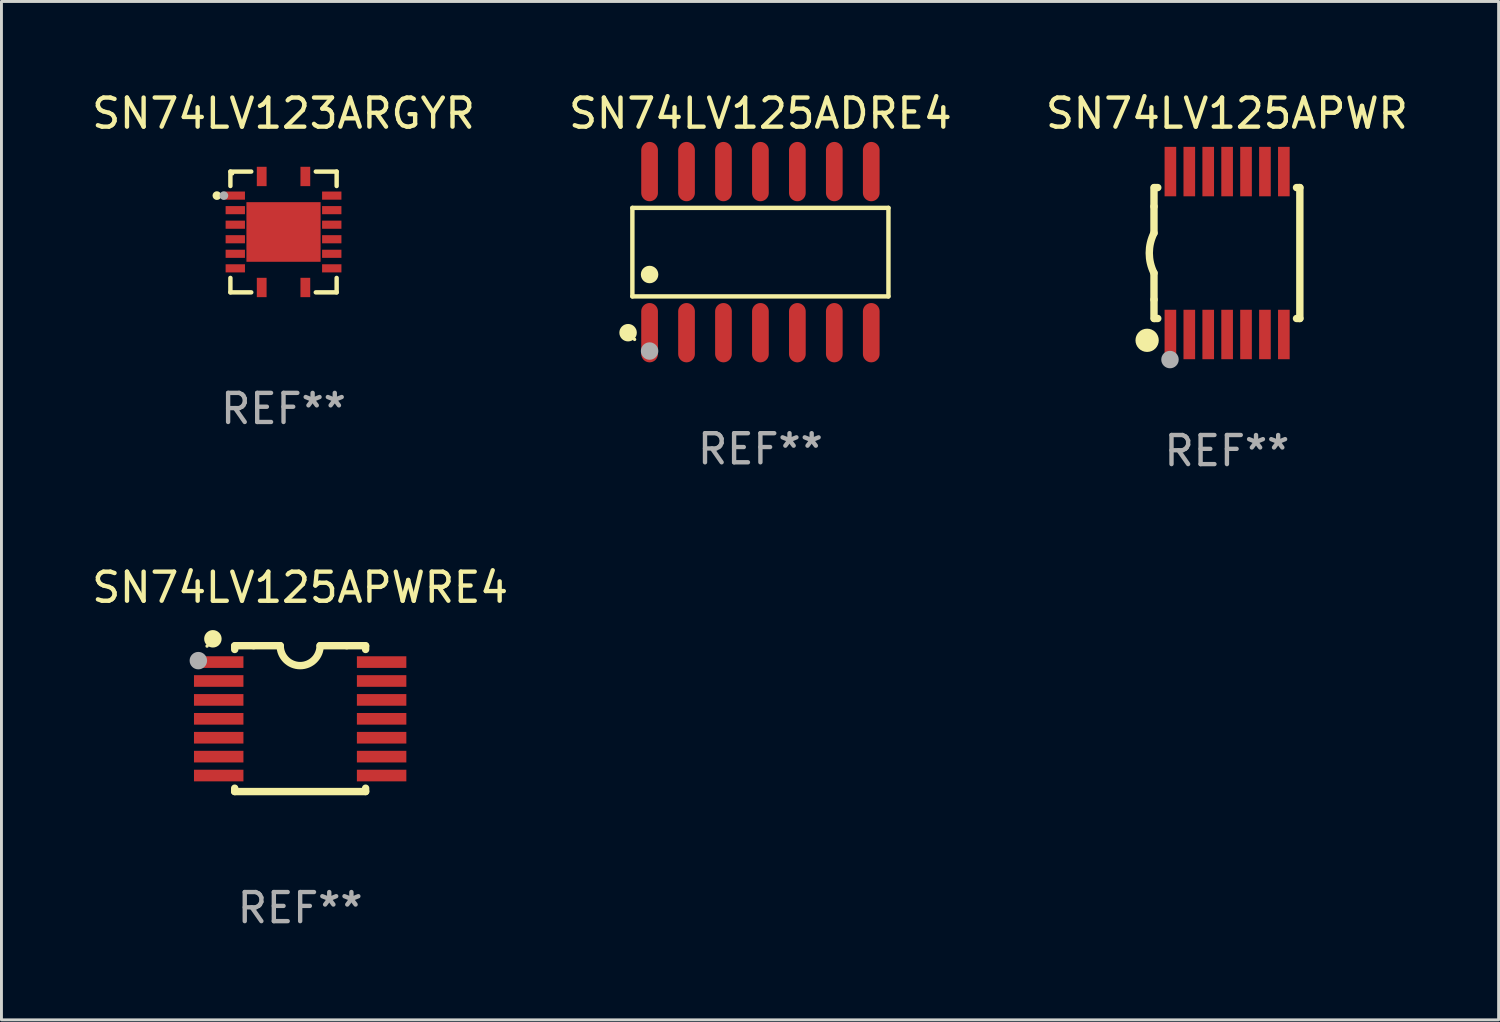
<source format=kicad_pcb>
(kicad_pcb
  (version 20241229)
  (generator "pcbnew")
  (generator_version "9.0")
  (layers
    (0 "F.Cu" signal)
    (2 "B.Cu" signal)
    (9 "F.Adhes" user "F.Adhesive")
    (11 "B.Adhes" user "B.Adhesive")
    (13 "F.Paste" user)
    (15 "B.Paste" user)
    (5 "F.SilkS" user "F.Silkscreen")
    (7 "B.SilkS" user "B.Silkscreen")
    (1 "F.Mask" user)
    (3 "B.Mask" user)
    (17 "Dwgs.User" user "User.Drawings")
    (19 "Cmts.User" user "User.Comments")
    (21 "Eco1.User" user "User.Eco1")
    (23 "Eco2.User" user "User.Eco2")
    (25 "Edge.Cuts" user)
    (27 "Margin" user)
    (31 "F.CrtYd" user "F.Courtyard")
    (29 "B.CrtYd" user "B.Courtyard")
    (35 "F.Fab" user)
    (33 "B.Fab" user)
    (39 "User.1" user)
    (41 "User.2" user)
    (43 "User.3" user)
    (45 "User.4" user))
  (footprint "SN74LV125APWRE4"
    (layer "F.Cu")
    (at 7.268 21.652)
    (property "Reference" "SN74LV125APWRE4" (at 0 -4.507 0) (layer "F.SilkS") (effects (font (size 1 1) (thickness 0.15))))
    (attr through_hole)
    (fp_line (start -2.25 -2.377) (end -2.25 -2.493) (stroke (width 0.254) (type solid)) (layer "F.SilkS"))
    (fp_line (start -2.25 2.507) (end -2.25 2.392) (stroke (width 0.254) (type solid)) (layer "F.SilkS"))
    (fp_line (start -1.6 -2.507) (end -2.25 -2.507) (stroke (width 0.254) (type solid)) (layer "F.SilkS"))
    (fp_line (start -1.6 -2.507) (end -0.686 -2.507) (stroke (width 0.254) (type solid)) (layer "F.SilkS"))
    (fp_line (start 0.686 -2.507) (end 1.6 -2.507) (stroke (width 0.254) (type solid)) (layer "F.SilkS"))
    (fp_line (start 1.6 -2.507) (end 2.25 -2.507) (stroke (width 0.254) (type solid)) (layer "F.SilkS"))
    (fp_line (start 2.25 -2.493) (end 2.25 -2.377) (stroke (width 0.254) (type solid)) (layer "F.SilkS"))
    (fp_line (start 2.25 2.392) (end 2.25 2.507) (stroke (width 0.254) (type solid)) (layer "F.SilkS"))
    (fp_line (start 2.25 2.507) (end -2.25 2.507) (stroke (width 0.254) (type solid)) (layer "F.SilkS"))
    (fp_arc (start 0.685852 -2.507303) (mid 0.000051 -1.821502) (end -0.68575 -2.507303) (stroke (width 0.254001) (type solid)) (layer "F.SilkS"))
    (fp_circle (center -3.2 -2.493) (end -3.17 -2.493) (stroke (width 0.06) (type solid)) (fill no) (layer "F.SilkS"))
    (fp_circle (center -3 -2.743) (end -2.85 -2.743) (stroke (width 0.3) (type solid)) (fill no) (layer "F.SilkS"))
    (fp_circle (center -3.5 -1.993) (end -3.35 -1.993) (stroke (width 0.3) (type solid)) (fill no) (layer "F.Fab"))
    (fp_text user "REF**" (at 0 6.507 0) (layer "F.Fab") (effects (font (size 1 1) (thickness 0.15))))
    (pad "1" smd rect (at -2.8 -1.943) (size 1.7 0.4) (layers "F.Cu" "F.Mask" "F.Paste"))
    (pad "2" smd rect (at -2.8 -1.293) (size 1.7 0.4) (layers "F.Cu" "F.Mask" "F.Paste"))
    (pad "3" smd rect (at -2.8 -0.643) (size 1.7 0.4) (layers "F.Cu" "F.Mask" "F.Paste"))
    (pad "4" smd rect (at -2.8 0.007) (size 1.7 0.4) (layers "F.Cu" "F.Mask" "F.Paste"))
    (pad "5" smd rect (at -2.8 0.657) (size 1.7 0.4) (layers "F.Cu" "F.Mask" "F.Paste"))
    (pad "6" smd rect (at -2.8 1.307) (size 1.7 0.4) (layers "F.Cu" "F.Mask" "F.Paste"))
    (pad "7" smd rect (at -2.8 1.957) (size 1.7 0.4) (layers "F.Cu" "F.Mask" "F.Paste"))
    (pad "8" smd rect (at 2.8 1.957) (size 1.7 0.4) (layers "F.Cu" "F.Mask" "F.Paste"))
    (pad "9" smd rect (at 2.8 1.307) (size 1.7 0.4) (layers "F.Cu" "F.Mask" "F.Paste"))
    (pad "10" smd rect (at 2.8 0.657) (size 1.7 0.4) (layers "F.Cu" "F.Mask" "F.Paste"))
    (pad "11" smd rect (at 2.8 0.007) (size 1.7 0.4) (layers "F.Cu" "F.Mask" "F.Paste"))
    (pad "12" smd rect (at 2.8 -0.643) (size 1.7 0.4) (layers "F.Cu" "F.Mask" "F.Paste"))
    (pad "13" smd rect (at 2.8 -1.293) (size 1.7 0.4) (layers "F.Cu" "F.Mask" "F.Paste"))
    (pad "14" smd rect (at 2.8 -1.943) (size 1.7 0.4) (layers "F.Cu" "F.Mask" "F.Paste")))
  (footprint "SN74LV125ADRE4"
    (layer "F.Cu")
    (at 23.089 5.617)
    (property "Reference" "SN74LV125ADRE4" (at 0 -4.769 0) (layer "F.SilkS") (effects (font (size 1 1) (thickness 0.15))))
    (attr through_hole)
    (fp_line (start -4.401 -1.521) (end 4.401 -1.521) (stroke (width 0.152) (type solid)) (layer "F.SilkS"))
    (fp_line (start -4.401 1.521) (end -4.401 -1.521) (stroke (width 0.152) (type solid)) (layer "F.SilkS"))
    (fp_line (start 4.401 -1.521) (end 4.401 1.521) (stroke (width 0.152) (type solid)) (layer "F.SilkS"))
    (fp_line (start 4.401 1.521) (end -4.401 1.521) (stroke (width 0.152) (type solid)) (layer "F.SilkS"))
    (fp_circle (center -4.549 2.769) (end -4.399 2.769) (stroke (width 0.3) (type solid)) (fill no) (layer "F.SilkS"))
    (fp_circle (center -4.325 3) (end -4.295 3) (stroke (width 0.06) (type solid)) (fill no) (layer "F.SilkS"))
    (fp_circle (center -3.81 0.769) (end -3.66 0.769) (stroke (width 0.3) (type solid)) (fill no) (layer "F.SilkS"))
    (fp_circle (center -3.81 3.4) (end -3.66 3.4) (stroke (width 0.3) (type solid)) (fill no) (layer "F.Fab"))
    (fp_text user "REF**" (at 0 6.769 0) (layer "F.Fab") (effects (font (size 1 1) (thickness 0.15))))
    (pad "1" smd oval (at -3.81 2.769) (size 0.574 2.038) (layers "F.Cu" "F.Mask" "F.Paste"))
    (pad "2" smd oval (at -2.54 2.769) (size 0.574 2.038) (layers "F.Cu" "F.Mask" "F.Paste"))
    (pad "3" smd oval (at -1.27 2.769) (size 0.574 2.038) (layers "F.Cu" "F.Mask" "F.Paste"))
    (pad "4" smd oval (at 0 2.769) (size 0.574 2.038) (layers "F.Cu" "F.Mask" "F.Paste"))
    (pad "5" smd oval (at 1.27 2.769) (size 0.574 2.038) (layers "F.Cu" "F.Mask" "F.Paste"))
    (pad "6" smd oval (at 2.54 2.769) (size 0.574 2.038) (layers "F.Cu" "F.Mask" "F.Paste"))
    (pad "7" smd oval (at 3.81 2.769) (size 0.574 2.038) (layers "F.Cu" "F.Mask" "F.Paste"))
    (pad "8" smd oval (at 3.81 -2.769) (size 0.574 2.038) (layers "F.Cu" "F.Mask" "F.Paste"))
    (pad "9" smd oval (at 2.54 -2.769) (size 0.574 2.038) (layers "F.Cu" "F.Mask" "F.Paste"))
    (pad "10" smd oval (at 1.27 -2.769) (size 0.574 2.038) (layers "F.Cu" "F.Mask" "F.Paste"))
    (pad "11" smd oval (at 0 -2.769) (size 0.574 2.038) (layers "F.Cu" "F.Mask" "F.Paste"))
    (pad "12" smd oval (at -1.27 -2.769) (size 0.574 2.038) (layers "F.Cu" "F.Mask" "F.Paste"))
    (pad "13" smd oval (at -2.54 -2.769) (size 0.574 2.038) (layers "F.Cu" "F.Mask" "F.Paste"))
    (pad "14" smd oval (at -3.81 -2.769) (size 0.574 2.038) (layers "F.Cu" "F.Mask" "F.Paste")))
  (footprint "SN74LV125APWR"
    (layer "F.Cu")
    (at 39.125 5.648)
    (property "Reference" "SN74LV125APWR" (at 0 -4.8 0) (layer "F.SilkS") (effects (font (size 1 1) (thickness 0.15))))
    (attr through_hole)
    (fp_line (start -2.507 -1.6) (end -2.507 -2.25) (stroke (width 0.254) (type solid)) (layer "F.SilkS"))
    (fp_line (start -2.507 -0.686) (end -2.507 -1.6) (stroke (width 0.254) (type solid)) (layer "F.SilkS"))
    (fp_line (start -2.507 1.6) (end -2.507 0.686) (stroke (width 0.254) (type solid)) (layer "F.SilkS"))
    (fp_line (start -2.507 1.6) (end -2.507 2.25) (stroke (width 0.254) (type solid)) (layer "F.SilkS"))
    (fp_line (start -2.493 -2.25) (end -2.377 -2.25) (stroke (width 0.254) (type solid)) (layer "F.SilkS"))
    (fp_line (start -2.377 2.25) (end -2.493 2.25) (stroke (width 0.254) (type solid)) (layer "F.SilkS"))
    (fp_line (start 2.392 -2.25) (end 2.507 -2.25) (stroke (width 0.254) (type solid)) (layer "F.SilkS"))
    (fp_line (start 2.507 -2.25) (end 2.507 2.25) (stroke (width 0.254) (type solid)) (layer "F.SilkS"))
    (fp_line (start 2.507 2.25) (end 2.392 2.25) (stroke (width 0.254) (type solid)) (layer "F.SilkS"))
    (fp_arc (start -2.507303 0.685802) (mid -2.669199 0) (end -2.507303 -0.685801) (stroke (width 0.254001) (type solid)) (layer "F.SilkS"))
    (fp_circle (center -2.743 3) (end -2.543 3) (stroke (width 0.4) (type solid)) (fill no) (layer "F.SilkS"))
    (fp_circle (center -2.493 3.2) (end -2.463 3.2) (stroke (width 0.06) (type solid)) (fill no) (layer "F.SilkS"))
    (fp_circle (center -1.957 3.662) (end -1.807 3.662) (stroke (width 0.3) (type solid)) (fill no) (layer "F.Fab"))
    (fp_text user "REF**" (at 0 6.8 0) (layer "F.Fab") (effects (font (size 1 1) (thickness 0.15))))
    (pad "1" smd rect (at -1.943 2.8) (size 0.4 1.7) (layers "F.Cu" "F.Mask" "F.Paste"))
    (pad "2" smd rect (at -1.293 2.8) (size 0.4 1.7) (layers "F.Cu" "F.Mask" "F.Paste"))
    (pad "3" smd rect (at -0.643 2.8) (size 0.4 1.7) (layers "F.Cu" "F.Mask" "F.Paste"))
    (pad "4" smd rect (at 0.007 2.8) (size 0.4 1.7) (layers "F.Cu" "F.Mask" "F.Paste"))
    (pad "5" smd rect (at 0.657 2.8) (size 0.4 1.7) (layers "F.Cu" "F.Mask" "F.Paste"))
    (pad "6" smd rect (at 1.307 2.8) (size 0.4 1.7) (layers "F.Cu" "F.Mask" "F.Paste"))
    (pad "7" smd rect (at 1.957 2.8) (size 0.4 1.7) (layers "F.Cu" "F.Mask" "F.Paste"))
    (pad "8" smd rect (at 1.957 -2.8) (size 0.4 1.7) (layers "F.Cu" "F.Mask" "F.Paste"))
    (pad "9" smd rect (at 1.307 -2.8) (size 0.4 1.7) (layers "F.Cu" "F.Mask" "F.Paste"))
    (pad "10" smd rect (at 0.657 -2.8) (size 0.4 1.7) (layers "F.Cu" "F.Mask" "F.Paste"))
    (pad "11" smd rect (at 0.007 -2.8) (size 0.4 1.7) (layers "F.Cu" "F.Mask" "F.Paste"))
    (pad "12" smd rect (at -0.643 -2.8) (size 0.4 1.7) (layers "F.Cu" "F.Mask" "F.Paste"))
    (pad "13" smd rect (at -1.293 -2.8) (size 0.4 1.7) (layers "F.Cu" "F.Mask" "F.Paste"))
    (pad "14" smd rect (at -1.943 -2.8) (size 0.4 1.7) (layers "F.Cu" "F.Mask" "F.Paste")))
  (footprint "SN74LV123ARGYR"
    (layer "F.Cu")
    (at 6.696 4.924)
    (property "Reference" "SN74LV123ARGYR" (at 0 -4.076 0) (layer "F.SilkS") (effects (font (size 1 1) (thickness 0.15))))
    (attr through_hole)
    (fp_line (start -1.826 -2.076) (end -1.826 -1.58) (stroke (width 0.152) (type solid)) (layer "F.SilkS"))
    (fp_line (start -1.826 2.076) (end -1.826 1.58) (stroke (width 0.152) (type solid)) (layer "F.SilkS"))
    (fp_line (start -1.109 -2.076) (end -1.826 -2.076) (stroke (width 0.152) (type solid)) (layer "F.SilkS"))
    (fp_line (start -1.109 2.076) (end -1.826 2.076) (stroke (width 0.152) (type solid)) (layer "F.SilkS"))
    (fp_line (start 1.109 -2.076) (end 1.826 -2.076) (stroke (width 0.152) (type solid)) (layer "F.SilkS"))
    (fp_line (start 1.109 2.076) (end 1.826 2.076) (stroke (width 0.152) (type solid)) (layer "F.SilkS"))
    (fp_line (start 1.826 -2.076) (end 1.826 -1.58) (stroke (width 0.152) (type solid)) (layer "F.SilkS"))
    (fp_line (start 1.826 2.076) (end 1.826 1.58) (stroke (width 0.152) (type solid)) (layer "F.SilkS"))
    (fp_circle (center -2.29 -1.25) (end -2.215 -1.25) (stroke (width 0.15) (type solid)) (fill no) (layer "F.SilkS"))
    (fp_circle (center -1.75 -2) (end -1.72 -2) (stroke (width 0.06) (type solid)) (fill no) (layer "F.SilkS"))
    (fp_circle (center -2.05 -1.25) (end -1.975 -1.25) (stroke (width 0.15) (type solid)) (fill no) (layer "F.Fab"))
    (fp_text user "REF**" (at 0 6.076 0) (layer "F.Fab") (effects (font (size 1 1) (thickness 0.15))))
    (pad "1" smd rect (at -1.658 -1.25) (size 0.665 0.28) (layers "F.Cu" "F.Mask" "F.Paste"))
    (pad "2" smd rect (at -1.658 -0.75) (size 0.665 0.28) (layers "F.Cu" "F.Mask" "F.Paste"))
    (pad "3" smd rect (at -1.658 -0.25) (size 0.665 0.28) (layers "F.Cu" "F.Mask" "F.Paste"))
    (pad "4" smd rect (at -1.658 0.25) (size 0.665 0.28) (layers "F.Cu" "F.Mask" "F.Paste"))
    (pad "5" smd rect (at -1.658 0.75) (size 0.665 0.28) (layers "F.Cu" "F.Mask" "F.Paste"))
    (pad "6" smd rect (at -1.658 1.25) (size 0.665 0.28) (layers "F.Cu" "F.Mask" "F.Paste"))
    (pad "7" smd rect (at -0.75 1.908) (size 0.336 0.665) (layers "F.Cu" "F.Mask" "F.Paste"))
    (pad "8" smd rect (at 0.75 1.908) (size 0.336 0.665) (layers "F.Cu" "F.Mask" "F.Paste"))
    (pad "9" smd rect (at 1.658 1.25) (size 0.665 0.28) (layers "F.Cu" "F.Mask" "F.Paste"))
    (pad "10" smd rect (at 1.658 0.75) (size 0.665 0.28) (layers "F.Cu" "F.Mask" "F.Paste"))
    (pad "11" smd rect (at 1.658 0.25) (size 0.665 0.28) (layers "F.Cu" "F.Mask" "F.Paste"))
    (pad "12" smd rect (at 1.658 -0.25) (size 0.665 0.28) (layers "F.Cu" "F.Mask" "F.Paste"))
    (pad "13" smd rect (at 1.658 -0.75) (size 0.665 0.28) (layers "F.Cu" "F.Mask" "F.Paste"))
    (pad "14" smd rect (at 1.658 -1.25) (size 0.665 0.28) (layers "F.Cu" "F.Mask" "F.Paste"))
    (pad "15" smd rect (at 0.75 -1.908) (size 0.336 0.665) (layers "F.Cu" "F.Mask" "F.Paste"))
    (pad "16" smd rect (at -0.75 -1.908) (size 0.336 0.665) (layers "F.Cu" "F.Mask" "F.Paste"))
    (pad "17" smd rect (at 0 0) (size 2.55 2.05) (layers "F.Cu" "F.Mask" "F.Paste")))
  (gr_rect
    (start -3 -3)
    (end 48.464 32.008)
    (stroke (width 0.1) (type default))
    (fill no)
    (layer "Edge.Cuts")))
</source>
